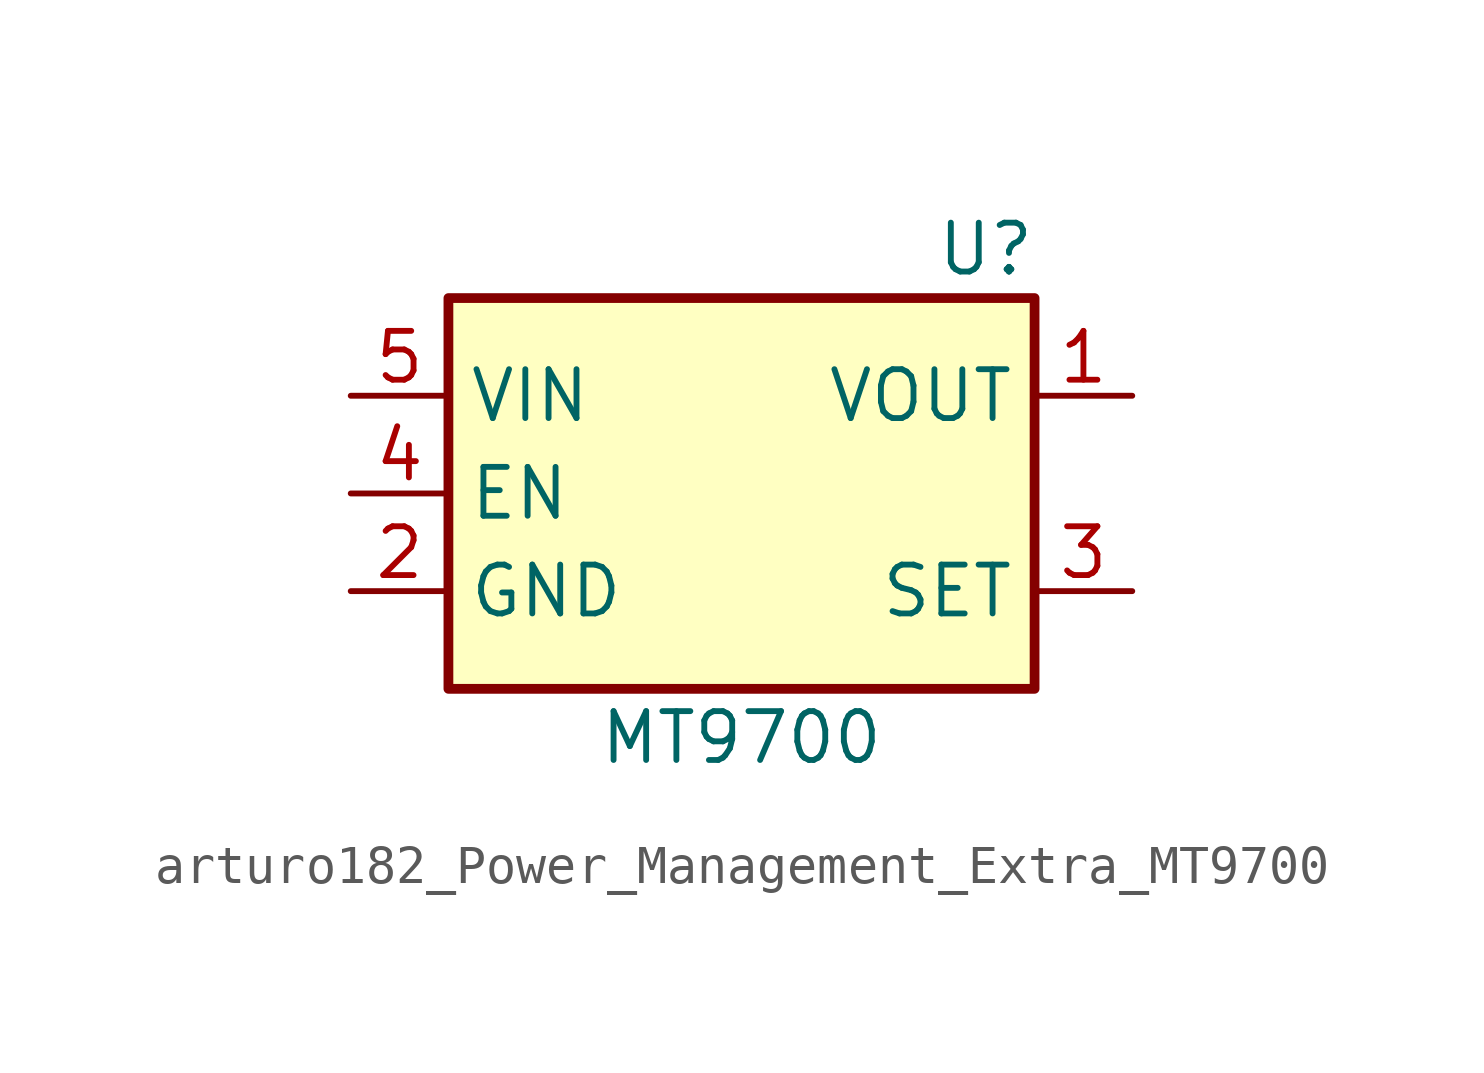
<source format=kicad_sym>
(kicad_symbol_lib
  (version 20220914)
  (generator kicad_symbol_editor)
  (symbol "arturo182_Power_Management_Extra_MT9700"
    (property "Reference" "U"
      (at 6.35 6.35 0)
      (effects (font (size 1.27 1.27))))
    (property "Value" "MT9700"
      (at 0 -6.35 0)
      (effects (font (size 1.27 1.27))))
    (symbol "arturo182_Power_Management_Extra_MT9700_0_1"
      (rectangle (start -7.62 5.08) (end 7.62 -5.08) (stroke (width 0.254) (type default)) (fill (type background))))
    (symbol "arturo182_Power_Management_Extra_MT9700_1_1"
      (pin power_out line (at 10.16 2.54 180) (length 2.54) (name "VOUT" (effects (font (size 1.27 1.27)))) (number "1" (effects (font (size 1.27 1.27)))))
      (pin power_in line (at -10.16 -2.54 0) (length 2.54) (name "GND" (effects (font (size 1.27 1.27)))) (number "2" (effects (font (size 1.27 1.27)))))
      (pin passive line (at 10.16 -2.54 180) (length 2.54) (name "SET" (effects (font (size 1.27 1.27)))) (number "3" (effects (font (size 1.27 1.27)))))
      (pin input line (at -10.16 0 0) (length 2.54) (name "EN" (effects (font (size 1.27 1.27)))) (number "4" (effects (font (size 1.27 1.27)))))
      (pin power_in line (at -10.16 2.54 0) (length 2.54) (name "VIN" (effects (font (size 1.27 1.27)))) (number "5" (effects (font (size 1.27 1.27))))))))
</source>
